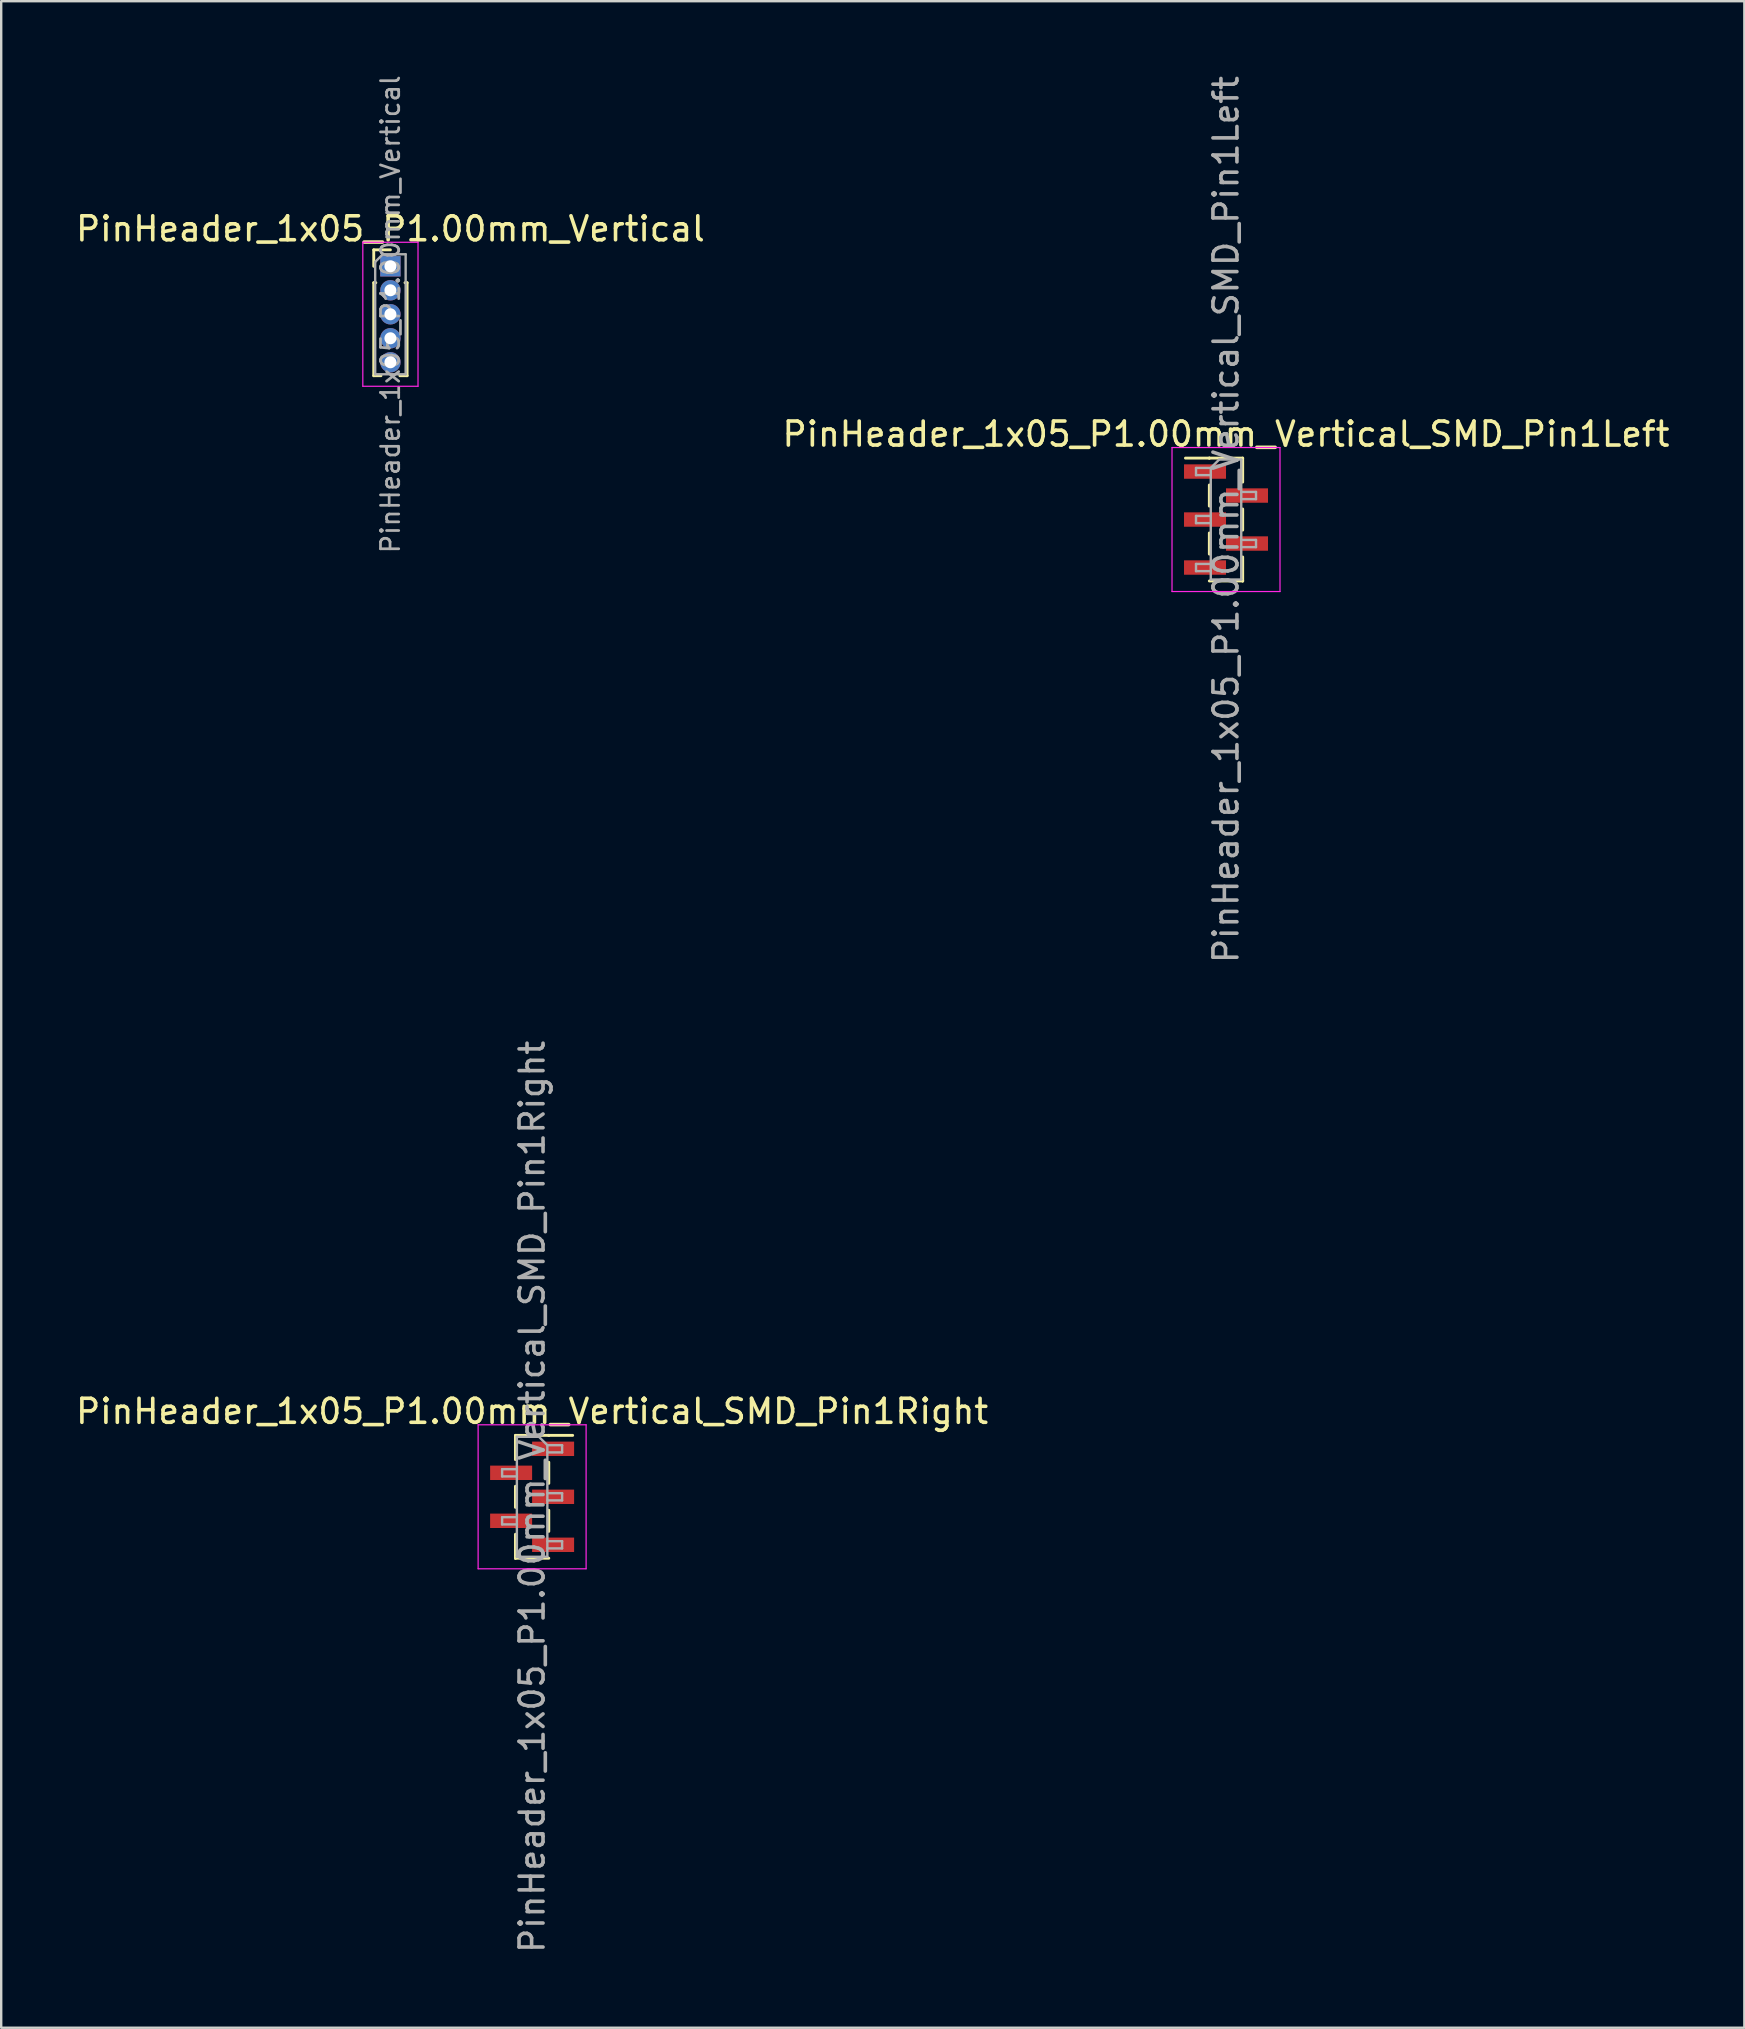
<source format=kicad_pcb>
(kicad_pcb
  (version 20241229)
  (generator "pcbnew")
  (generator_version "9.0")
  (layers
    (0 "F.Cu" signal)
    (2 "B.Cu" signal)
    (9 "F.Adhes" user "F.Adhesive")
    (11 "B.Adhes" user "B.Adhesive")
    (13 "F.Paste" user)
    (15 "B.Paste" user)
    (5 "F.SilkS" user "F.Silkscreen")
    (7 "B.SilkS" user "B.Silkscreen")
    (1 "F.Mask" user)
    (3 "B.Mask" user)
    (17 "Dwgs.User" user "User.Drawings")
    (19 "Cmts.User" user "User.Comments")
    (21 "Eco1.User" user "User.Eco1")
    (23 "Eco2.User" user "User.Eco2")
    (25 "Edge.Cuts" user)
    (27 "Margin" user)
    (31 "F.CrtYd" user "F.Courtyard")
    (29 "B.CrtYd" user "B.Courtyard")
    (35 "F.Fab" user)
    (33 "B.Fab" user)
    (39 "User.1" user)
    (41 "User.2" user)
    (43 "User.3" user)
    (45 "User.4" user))
  (footprint "PinHeader_1x05_P1.00mm_Vertical"
    (layer "F.Cu")
    (at 13.22 8.047)
    (property "Reference" "PinHeader_1x05_P1.00mm_Vertical" (at 0 -1.56 0) (layer "F.SilkS") (effects (font (size 1 1) (thickness 0.15))))
    (attr through_hole)
    (fp_line (start -0.695 -0.685) (end 0 -0.685) (stroke (width 0.12) (type solid)) (layer "F.SilkS"))
    (fp_line (start -0.695 0) (end -0.695 -0.685) (stroke (width 0.12) (type solid)) (layer "F.SilkS"))
    (fp_line (start -0.695 0.685) (end -0.695 4.56) (stroke (width 0.12) (type solid)) (layer "F.SilkS"))
    (fp_line (start -0.695 0.685) (end -0.608 0.685) (stroke (width 0.12) (type solid)) (layer "F.SilkS"))
    (fp_line (start -0.695 4.56) (end -0.394 4.56) (stroke (width 0.12) (type solid)) (layer "F.SilkS"))
    (fp_line (start 0.394 4.56) (end 0.695 4.56) (stroke (width 0.12) (type solid)) (layer "F.SilkS"))
    (fp_line (start 0.608 0.685) (end 0.695 0.685) (stroke (width 0.12) (type solid)) (layer "F.SilkS"))
    (fp_line (start 0.695 0.685) (end 0.695 4.56) (stroke (width 0.12) (type solid)) (layer "F.SilkS"))
    (fp_line (start -1.15 -1) (end -1.15 5) (stroke (width 0.05) (type solid)) (layer "F.CrtYd"))
    (fp_line (start -1.15 5) (end 1.15 5) (stroke (width 0.05) (type solid)) (layer "F.CrtYd"))
    (fp_line (start 1.15 -1) (end -1.15 -1) (stroke (width 0.05) (type solid)) (layer "F.CrtYd"))
    (fp_line (start 1.15 5) (end 1.15 -1) (stroke (width 0.05) (type solid)) (layer "F.CrtYd"))
    (fp_line (start -0.635 -0.182) (end -0.318 -0.5) (stroke (width 0.1) (type solid)) (layer "F.Fab"))
    (fp_line (start -0.635 4.5) (end -0.635 -0.182) (stroke (width 0.1) (type solid)) (layer "F.Fab"))
    (fp_line (start -0.318 -0.5) (end 0.635 -0.5) (stroke (width 0.1) (type solid)) (layer "F.Fab"))
    (fp_line (start 0.635 -0.5) (end 0.635 4.5) (stroke (width 0.1) (type solid)) (layer "F.Fab"))
    (fp_line (start 0.635 4.5) (end -0.635 4.5) (stroke (width 0.1) (type solid)) (layer "F.Fab"))
    (fp_text user "${REFERENCE}" (at 0 2 90) (layer "F.Fab") (effects (font (size 0.76 0.76) (thickness 0.114))))
    (pad "1" thru_hole rect (at 0 0) (size 0.85 0.85) (drill 0.5) (layers "*.Cu" "*.Mask"))
    (pad "2" thru_hole oval (at 0 1) (size 0.85 0.85) (drill 0.5) (layers "*.Cu" "*.Mask"))
    (pad "3" thru_hole oval (at 0 2) (size 0.85 0.85) (drill 0.5) (layers "*.Cu" "*.Mask"))
    (pad "4" thru_hole oval (at 0 3) (size 0.85 0.85) (drill 0.5) (layers "*.Cu" "*.Mask"))
    (pad "5" thru_hole oval (at 0 4) (size 0.85 0.85) (drill 0.5) (layers "*.Cu" "*.Mask")))
  (footprint "PinHeader_1x05_P1.00mm_Vertical_SMD_Pin1Left"
    (layer "F.Cu")
    (at 48.042 18.601)
    (property "Reference" "PinHeader_1x05_P1.00mm_Vertical_SMD_Pin1Left" (at 0 -3.56 0) (layer "F.SilkS") (effects (font (size 1 1) (thickness 0.15))))
    (attr smd)
    (fp_line (start -0.695 -2.56) (end -1.69 -2.56) (stroke (width 0.12) (type solid)) (layer "F.SilkS"))
    (fp_line (start -0.695 -2.56) (end -0.695 -2.56) (stroke (width 0.12) (type solid)) (layer "F.SilkS"))
    (fp_line (start -0.695 -2.56) (end 0.695 -2.56) (stroke (width 0.12) (type solid)) (layer "F.SilkS"))
    (fp_line (start -0.695 -1.44) (end -0.695 -0.56) (stroke (width 0.12) (type solid)) (layer "F.SilkS"))
    (fp_line (start -0.695 0.56) (end -0.695 1.44) (stroke (width 0.12) (type solid)) (layer "F.SilkS"))
    (fp_line (start -0.695 2.56) (end 0.695 2.56) (stroke (width 0.12) (type solid)) (layer "F.SilkS"))
    (fp_line (start 0.695 -2.56) (end 0.695 -1.56) (stroke (width 0.12) (type solid)) (layer "F.SilkS"))
    (fp_line (start 0.695 -0.44) (end 0.695 0.44) (stroke (width 0.12) (type solid)) (layer "F.SilkS"))
    (fp_line (start 0.695 1.56) (end 0.695 2.56) (stroke (width 0.12) (type solid)) (layer "F.SilkS"))
    (fp_line (start 0.695 2.56) (end 0.695 2.56) (stroke (width 0.12) (type solid)) (layer "F.SilkS"))
    (fp_line (start -2.25 -3) (end -2.25 3) (stroke (width 0.05) (type solid)) (layer "F.CrtYd"))
    (fp_line (start -2.25 3) (end 2.25 3) (stroke (width 0.05) (type solid)) (layer "F.CrtYd"))
    (fp_line (start 2.25 -3) (end -2.25 -3) (stroke (width 0.05) (type solid)) (layer "F.CrtYd"))
    (fp_line (start 2.25 3) (end 2.25 -3) (stroke (width 0.05) (type solid)) (layer "F.CrtYd"))
    (fp_line (start -1.25 -2.15) (end -1.25 -1.85) (stroke (width 0.1) (type solid)) (layer "F.Fab"))
    (fp_line (start -1.25 -1.85) (end -0.635 -1.85) (stroke (width 0.1) (type solid)) (layer "F.Fab"))
    (fp_line (start -1.25 -0.15) (end -1.25 0.15) (stroke (width 0.1) (type solid)) (layer "F.Fab"))
    (fp_line (start -1.25 0.15) (end -0.635 0.15) (stroke (width 0.1) (type solid)) (layer "F.Fab"))
    (fp_line (start -1.25 1.85) (end -1.25 2.15) (stroke (width 0.1) (type solid)) (layer "F.Fab"))
    (fp_line (start -1.25 2.15) (end -0.635 2.15) (stroke (width 0.1) (type solid)) (layer "F.Fab"))
    (fp_line (start -0.635 -2.15) (end -1.25 -2.15) (stroke (width 0.1) (type solid)) (layer "F.Fab"))
    (fp_line (start -0.635 -2.15) (end -0.285 -2.5) (stroke (width 0.1) (type solid)) (layer "F.Fab"))
    (fp_line (start -0.635 -0.15) (end -1.25 -0.15) (stroke (width 0.1) (type solid)) (layer "F.Fab"))
    (fp_line (start -0.635 1.85) (end -1.25 1.85) (stroke (width 0.1) (type solid)) (layer "F.Fab"))
    (fp_line (start -0.635 2.5) (end -0.635 -2.15) (stroke (width 0.1) (type solid)) (layer "F.Fab"))
    (fp_line (start -0.285 -2.5) (end 0.635 -2.5) (stroke (width 0.1) (type solid)) (layer "F.Fab"))
    (fp_line (start 0.635 -2.5) (end 0.635 2.5) (stroke (width 0.1) (type solid)) (layer "F.Fab"))
    (fp_line (start 0.635 -1.15) (end 1.25 -1.15) (stroke (width 0.1) (type solid)) (layer "F.Fab"))
    (fp_line (start 0.635 0.85) (end 1.25 0.85) (stroke (width 0.1) (type solid)) (layer "F.Fab"))
    (fp_line (start 0.635 2.5) (end -0.635 2.5) (stroke (width 0.1) (type solid)) (layer "F.Fab"))
    (fp_line (start 1.25 -1.15) (end 1.25 -0.85) (stroke (width 0.1) (type solid)) (layer "F.Fab"))
    (fp_line (start 1.25 -0.85) (end 0.635 -0.85) (stroke (width 0.1) (type solid)) (layer "F.Fab"))
    (fp_line (start 1.25 0.85) (end 1.25 1.15) (stroke (width 0.1) (type solid)) (layer "F.Fab"))
    (fp_line (start 1.25 1.15) (end 0.635 1.15) (stroke (width 0.1) (type solid)) (layer "F.Fab"))
    (fp_text user "${REFERENCE}" (at 0 0 90) (layer "F.Fab") (effects (font (size 1 1) (thickness 0.15))))
    (pad "1" smd rect (at -0.875 -2) (size 1.75 0.6) (layers "F.Cu" "F.Mask" "F.Paste"))
    (pad "2" smd rect (at 0.875 -1) (size 1.75 0.6) (layers "F.Cu" "F.Mask" "F.Paste"))
    (pad "3" smd rect (at -0.875 0) (size 1.75 0.6) (layers "F.Cu" "F.Mask" "F.Paste"))
    (pad "4" smd rect (at 0.875 1) (size 1.75 0.6) (layers "F.Cu" "F.Mask" "F.Paste"))
    (pad "5" smd rect (at -0.875 2) (size 1.75 0.6) (layers "F.Cu" "F.Mask" "F.Paste")))
  (footprint "PinHeader_1x05_P1.00mm_Vertical_SMD_Pin1Right"
    (layer "F.Cu")
    (at 19.125 59.327)
    (property "Reference" "PinHeader_1x05_P1.00mm_Vertical_SMD_Pin1Right" (at 0 -3.56 0) (layer "F.SilkS") (effects (font (size 1 1) (thickness 0.15))))
    (attr smd)
    (fp_line (start -0.695 -2.56) (end -0.695 -1.56) (stroke (width 0.12) (type solid)) (layer "F.SilkS"))
    (fp_line (start -0.695 -2.56) (end 0.695 -2.56) (stroke (width 0.12) (type solid)) (layer "F.SilkS"))
    (fp_line (start -0.695 -2.44) (end -0.695 -1.56) (stroke (width 0.12) (type solid)) (layer "F.SilkS"))
    (fp_line (start -0.695 -0.44) (end -0.695 0.44) (stroke (width 0.12) (type solid)) (layer "F.SilkS"))
    (fp_line (start -0.695 1.56) (end -0.695 2.56) (stroke (width 0.12) (type solid)) (layer "F.SilkS"))
    (fp_line (start -0.695 2.56) (end -0.695 2.56) (stroke (width 0.12) (type solid)) (layer "F.SilkS"))
    (fp_line (start -0.695 2.56) (end 0.695 2.56) (stroke (width 0.12) (type solid)) (layer "F.SilkS"))
    (fp_line (start 0.695 -2.56) (end 0.695 -2.56) (stroke (width 0.12) (type solid)) (layer "F.SilkS"))
    (fp_line (start 0.695 -2.56) (end 1.69 -2.56) (stroke (width 0.12) (type solid)) (layer "F.SilkS"))
    (fp_line (start 0.695 -1.44) (end 0.695 -0.56) (stroke (width 0.12) (type solid)) (layer "F.SilkS"))
    (fp_line (start 0.695 0.56) (end 0.695 1.44) (stroke (width 0.12) (type solid)) (layer "F.SilkS"))
    (fp_line (start -2.25 -3) (end -2.25 3) (stroke (width 0.05) (type solid)) (layer "F.CrtYd"))
    (fp_line (start -2.25 3) (end 2.25 3) (stroke (width 0.05) (type solid)) (layer "F.CrtYd"))
    (fp_line (start 2.25 -3) (end -2.25 -3) (stroke (width 0.05) (type solid)) (layer "F.CrtYd"))
    (fp_line (start 2.25 3) (end 2.25 -3) (stroke (width 0.05) (type solid)) (layer "F.CrtYd"))
    (fp_line (start -1.25 -1.15) (end -1.25 -0.85) (stroke (width 0.1) (type solid)) (layer "F.Fab"))
    (fp_line (start -1.25 -0.85) (end -0.635 -0.85) (stroke (width 0.1) (type solid)) (layer "F.Fab"))
    (fp_line (start -1.25 0.85) (end -1.25 1.15) (stroke (width 0.1) (type solid)) (layer "F.Fab"))
    (fp_line (start -1.25 1.15) (end -0.635 1.15) (stroke (width 0.1) (type solid)) (layer "F.Fab"))
    (fp_line (start -0.635 -2.5) (end -0.635 2.5) (stroke (width 0.1) (type solid)) (layer "F.Fab"))
    (fp_line (start -0.635 -2.5) (end 0.285 -2.5) (stroke (width 0.1) (type solid)) (layer "F.Fab"))
    (fp_line (start -0.635 -1.15) (end -1.25 -1.15) (stroke (width 0.1) (type solid)) (layer "F.Fab"))
    (fp_line (start -0.635 0.85) (end -1.25 0.85) (stroke (width 0.1) (type solid)) (layer "F.Fab"))
    (fp_line (start 0.635 -2.15) (end 0.285 -2.5) (stroke (width 0.1) (type solid)) (layer "F.Fab"))
    (fp_line (start 0.635 -2.15) (end 1.25 -2.15) (stroke (width 0.1) (type solid)) (layer "F.Fab"))
    (fp_line (start 0.635 -0.15) (end 1.25 -0.15) (stroke (width 0.1) (type solid)) (layer "F.Fab"))
    (fp_line (start 0.635 1.85) (end 1.25 1.85) (stroke (width 0.1) (type solid)) (layer "F.Fab"))
    (fp_line (start 0.635 2.5) (end -0.635 2.5) (stroke (width 0.1) (type solid)) (layer "F.Fab"))
    (fp_line (start 0.635 2.5) (end 0.635 -2.15) (stroke (width 0.1) (type solid)) (layer "F.Fab"))
    (fp_line (start 1.25 -2.15) (end 1.25 -1.85) (stroke (width 0.1) (type solid)) (layer "F.Fab"))
    (fp_line (start 1.25 -1.85) (end 0.635 -1.85) (stroke (width 0.1) (type solid)) (layer "F.Fab"))
    (fp_line (start 1.25 -0.15) (end 1.25 0.15) (stroke (width 0.1) (type solid)) (layer "F.Fab"))
    (fp_line (start 1.25 0.15) (end 0.635 0.15) (stroke (width 0.1) (type solid)) (layer "F.Fab"))
    (fp_line (start 1.25 1.85) (end 1.25 2.15) (stroke (width 0.1) (type solid)) (layer "F.Fab"))
    (fp_line (start 1.25 2.15) (end 0.635 2.15) (stroke (width 0.1) (type solid)) (layer "F.Fab"))
    (fp_text user "${REFERENCE}" (at 0 0 90) (layer "F.Fab") (effects (font (size 1 1) (thickness 0.15))))
    (pad "1" smd rect (at 0.875 -2) (size 1.75 0.6) (layers "F.Cu" "F.Mask" "F.Paste"))
    (pad "2" smd rect (at -0.875 -1) (size 1.75 0.6) (layers "F.Cu" "F.Mask" "F.Paste"))
    (pad "3" smd rect (at 0.875 0) (size 1.75 0.6) (layers "F.Cu" "F.Mask" "F.Paste"))
    (pad "4" smd rect (at -0.875 1) (size 1.75 0.6) (layers "F.Cu" "F.Mask" "F.Paste"))
    (pad "5" smd rect (at 0.875 2) (size 1.75 0.6) (layers "F.Cu" "F.Mask" "F.Paste")))
  (gr_rect
    (start -3 -3)
    (end 69.643 81.452)
    (stroke (width 0.1) (type default))
    (fill no)
    (layer "Edge.Cuts")))
</source>
